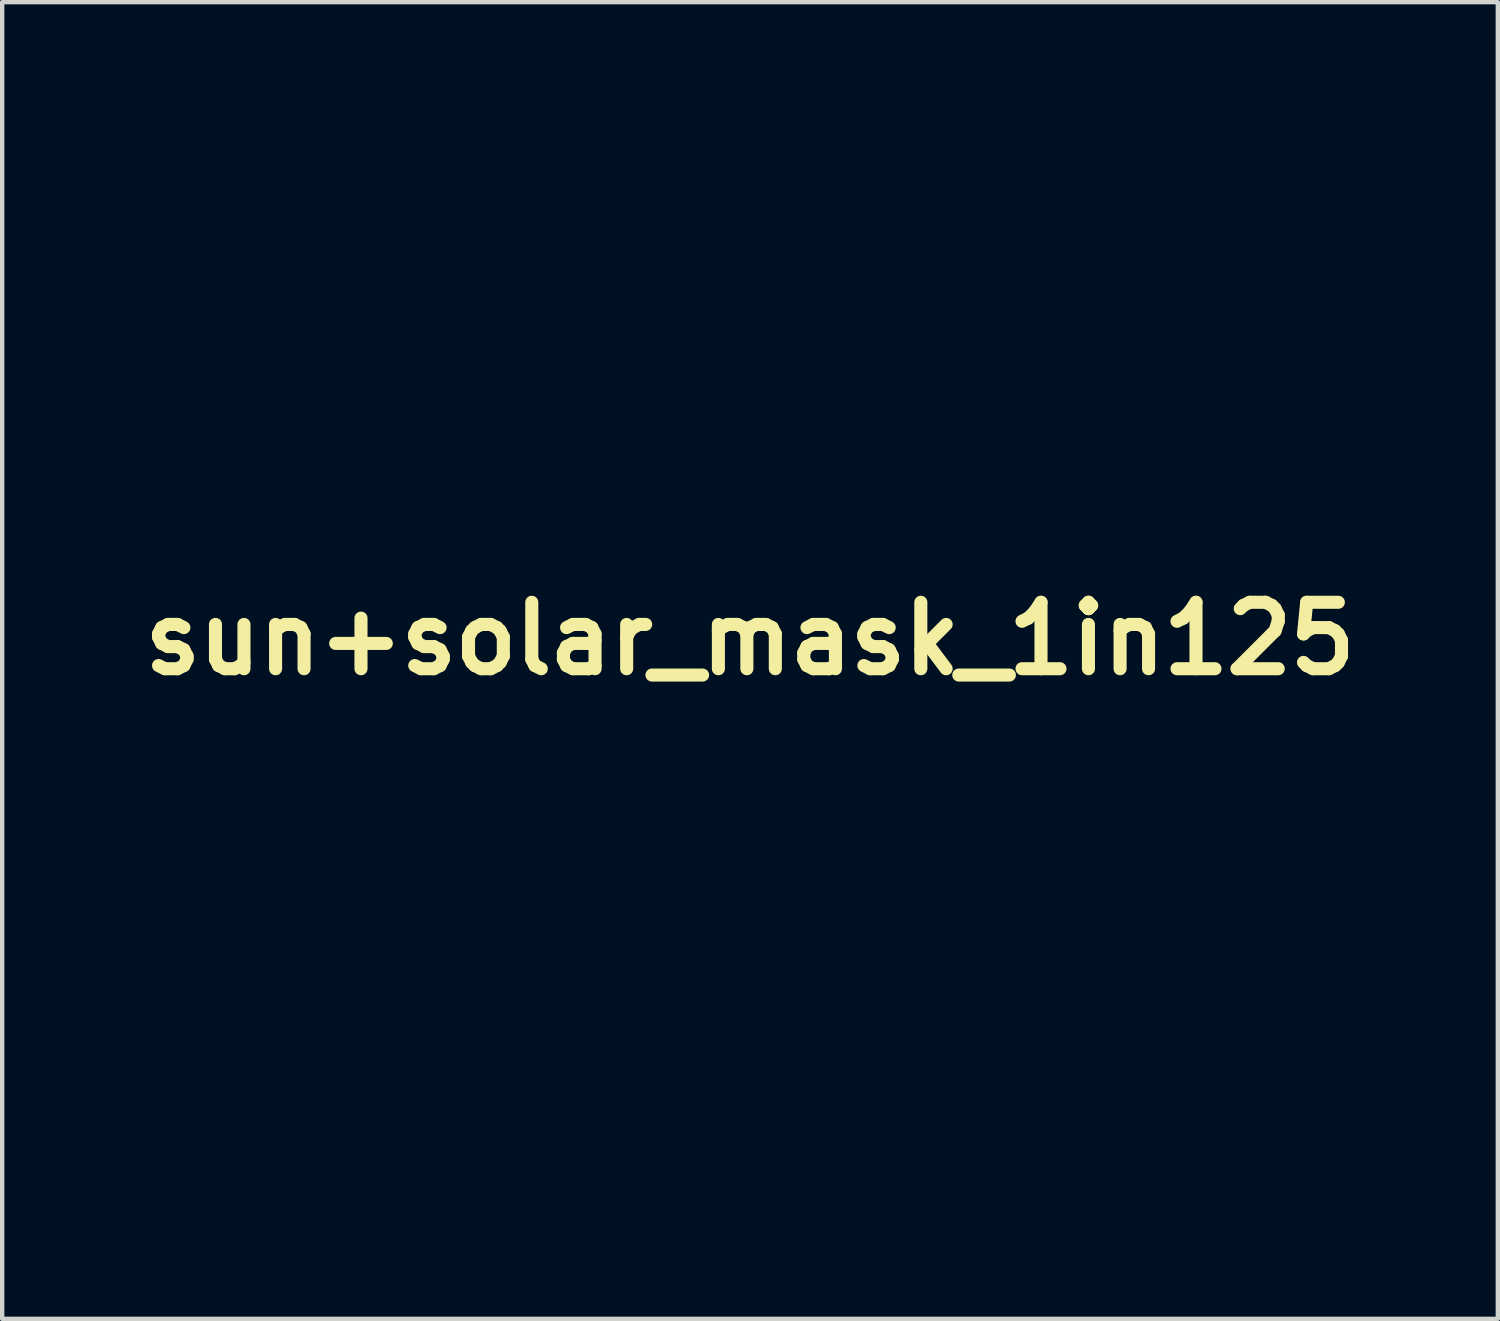
<source format=kicad_pcb>
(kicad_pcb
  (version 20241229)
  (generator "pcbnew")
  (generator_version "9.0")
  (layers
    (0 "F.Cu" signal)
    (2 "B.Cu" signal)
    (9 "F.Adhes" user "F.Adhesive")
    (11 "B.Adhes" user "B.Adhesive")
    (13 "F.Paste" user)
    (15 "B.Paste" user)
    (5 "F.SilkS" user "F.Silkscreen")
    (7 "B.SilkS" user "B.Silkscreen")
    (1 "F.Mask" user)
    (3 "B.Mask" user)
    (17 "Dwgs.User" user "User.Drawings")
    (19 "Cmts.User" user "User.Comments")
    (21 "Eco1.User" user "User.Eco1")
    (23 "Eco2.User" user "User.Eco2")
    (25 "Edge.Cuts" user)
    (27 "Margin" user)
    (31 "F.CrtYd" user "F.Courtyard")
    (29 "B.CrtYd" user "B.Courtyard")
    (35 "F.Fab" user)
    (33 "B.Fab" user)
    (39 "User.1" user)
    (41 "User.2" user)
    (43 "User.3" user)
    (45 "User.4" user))
  (footprint "sun+solar_mask_1in125"
    (layer "F.Cu")
    (at 14.159 11.604)
    (property "Reference" "sun+solar_mask_1in125" (at 0 0 0) (layer "F.SilkS") (effects (font (size 1.524 1.524) (thickness 0.3))))
    (attr board_only exclude_from_pos_files exclude_from_bom)
    (fp_poly (pts (xy 1.166 5.776) (xy 1.168 5.828) (xy 1.171 5.89) (xy 1.173 5.956) (xy 1.175 6.019) (xy 1.177 6.049) (xy 1.182 6.198) (xy -1.126 6.198) (xy -1.121 6.124) (xy -1.119 6.094) (xy -1.117 6.051) (xy -1.114 6) (xy -1.111 5.944) (xy -1.108 5.888) (xy -1.108 5.881) (xy -1.105 5.829) (xy -1.103 5.78) (xy -1.1 5.738) (xy -1.098 5.705) (xy -1.096 5.684) (xy -1.096 5.681) (xy -1.091 5.651) (xy 1.161 5.651)) (stroke (width 0) (type solid)) (fill yes) (layer "F.Mask"))
    (fp_poly (pts (xy -5.147 11.257) (xy -5.15 11.272) (xy -5.155 11.299) (xy -5.161 11.333) (xy -5.166 11.36) (xy -5.173 11.4) (xy -5.179 11.425) (xy -5.184 11.44) (xy -5.191 11.445) (xy -5.192 11.445) (xy -5.202 11.442) (xy -5.225 11.432) (xy -5.257 11.417) (xy -5.298 11.399) (xy -5.346 11.376) (xy -5.398 11.352) (xy -5.402 11.35) (xy -5.454 11.325) (xy -5.502 11.301) (xy -5.543 11.281) (xy -5.575 11.265) (xy -5.597 11.253) (xy -5.607 11.247) (xy -5.608 11.247) (xy -5.602 11.245) (xy -5.582 11.243) (xy -5.547 11.242) (xy -5.499 11.24) (xy -5.438 11.24) (xy -5.379 11.24) (xy -5.143 11.24)) (stroke (width 0) (type solid)) (fill yes) (layer "F.Mask"))
    (fp_poly (pts (xy -10.237 5.652) (xy -10.13 5.652) (xy -10.028 5.652) (xy -9.933 5.652) (xy -9.846 5.653) (xy -9.767 5.653) (xy -9.699 5.654) (xy -9.641 5.654) (xy -9.595 5.655) (xy -9.562 5.656) (xy -9.542 5.656) (xy -9.538 5.657) (xy -9.541 5.665) (xy -9.548 5.687) (xy -9.56 5.72) (xy -9.576 5.763) (xy -9.595 5.813) (xy -9.616 5.87) (xy -9.639 5.93) (xy -9.74 6.198) (xy -10.306 6.198) (xy -10.873 6.198) (xy -11 5.958) (xy -11.031 5.9) (xy -11.06 5.845) (xy -11.086 5.795) (xy -11.109 5.752) (xy -11.127 5.718) (xy -11.139 5.694) (xy -11.144 5.685) (xy -11.161 5.651) (xy -10.349 5.651)) (stroke (width 0) (type solid)) (fill yes) (layer "F.Mask"))
    (fp_poly (pts (xy -4.189 5.673) (xy -4.192 5.686) (xy -4.196 5.713) (xy -4.203 5.751) (xy -4.211 5.798) (xy -4.22 5.853) (xy -4.231 5.912) (xy -4.235 5.941) (xy -4.278 6.187) (xy -5.125 6.192) (xy -5.247 6.193) (xy -5.37 6.194) (xy -5.492 6.194) (xy -5.612 6.195) (xy -5.728 6.196) (xy -5.839 6.196) (xy -5.942 6.197) (xy -6.037 6.197) (xy -6.122 6.197) (xy -6.194 6.198) (xy -6.254 6.198) (xy -6.279 6.198) (xy -6.586 6.198) (xy -6.581 6.18) (xy -6.578 6.168) (xy -6.572 6.143) (xy -6.562 6.106) (xy -6.55 6.06) (xy -6.536 6.007) (xy -6.521 5.948) (xy -6.511 5.909) (xy -6.445 5.655) (xy -4.185 5.651)) (stroke (width 0) (type solid)) (fill yes) (layer "F.Mask"))
    (fp_poly (pts (xy -6.866 5.673) (xy -6.87 5.686) (xy -6.877 5.712) (xy -6.887 5.749) (xy -6.899 5.796) (xy -6.914 5.85) (xy -6.93 5.909) (xy -6.94 5.944) (xy -7.009 6.194) (xy -8.158 6.196) (xy -8.292 6.196) (xy -8.421 6.196) (xy -8.545 6.196) (xy -8.663 6.196) (xy -8.774 6.196) (xy -8.877 6.196) (xy -8.971 6.195) (xy -9.056 6.195) (xy -9.13 6.195) (xy -9.192 6.194) (xy -9.242 6.194) (xy -9.28 6.193) (xy -9.303 6.192) (xy -9.311 6.192) (xy -9.309 6.183) (xy -9.302 6.161) (xy -9.291 6.128) (xy -9.276 6.086) (xy -9.258 6.035) (xy -9.238 5.978) (xy -9.217 5.921) (xy -9.12 5.655) (xy -7.991 5.653) (xy -6.861 5.651)) (stroke (width 0) (type solid)) (fill yes) (layer "F.Mask"))
    (fp_poly (pts (xy 5.432 11.24) (xy 5.743 11.24) (xy 5.655 11.285) (xy 5.62 11.303) (xy 5.575 11.325) (xy 5.524 11.35) (xy 5.47 11.376) (xy 5.414 11.402) (xy 5.359 11.428) (xy 5.308 11.452) (xy 5.264 11.472) (xy 5.228 11.489) (xy 5.203 11.5) (xy 5.199 11.501) (xy 5.162 11.516) (xy 5.157 11.495) (xy 5.154 11.476) (xy 5.149 11.446) (xy 5.143 11.41) (xy 5.138 11.371) (xy 5.132 11.333) (xy 5.127 11.298) (xy 5.123 11.271) (xy 5.121 11.254) (xy 5.121 11.252) (xy 5.122 11.249) (xy 5.127 11.246) (xy 5.137 11.244) (xy 5.154 11.243) (xy 5.178 11.242) (xy 5.212 11.241) (xy 5.256 11.24) (xy 5.313 11.24) (xy 5.383 11.24)) (stroke (width 0) (type solid)) (fill yes) (layer "F.Mask"))
    (fp_poly (pts (xy -1.514 5.693) (xy -1.516 5.712) (xy -1.518 5.744) (xy -1.521 5.787) (xy -1.525 5.838) (xy -1.528 5.894) (xy -1.532 5.948) (xy -1.535 6.006) (xy -1.539 6.059) (xy -1.542 6.105) (xy -1.545 6.142) (xy -1.547 6.168) (xy -1.548 6.18) (xy -1.552 6.198) (xy -2.703 6.198) (xy -2.837 6.198) (xy -2.966 6.197) (xy -3.09 6.197) (xy -3.208 6.197) (xy -3.319 6.197) (xy -3.422 6.196) (xy -3.516 6.196) (xy -3.6 6.195) (xy -3.674 6.195) (xy -3.736 6.194) (xy -3.787 6.194) (xy -3.824 6.193) (xy -3.846 6.192) (xy -3.854 6.192) (xy -3.854 6.192) (xy -3.853 6.183) (xy -3.85 6.16) (xy -3.844 6.125) (xy -3.837 6.081) (xy -3.829 6.028) (xy -3.82 5.968) (xy -3.813 5.921) (xy -3.771 5.655) (xy -2.64 5.653) (xy -1.51 5.651)) (stroke (width 0) (type solid)) (fill yes) (layer "F.Mask"))
    (fp_poly (pts (xy -7.103 6.532) (xy -7.105 6.542) (xy -7.112 6.566) (xy -7.122 6.603) (xy -7.136 6.653) (xy -7.153 6.714) (xy -7.172 6.786) (xy -7.195 6.867) (xy -7.219 6.956) (xy -7.246 7.053) (xy -7.274 7.156) (xy -7.304 7.265) (xy -7.335 7.379) (xy -7.351 7.434) (xy -7.594 8.319) (xy -9.369 8.319) (xy -9.491 8.175) (xy -9.539 8.119) (xy -9.587 8.061) (xy -9.635 8.003) (xy -9.681 7.947) (xy -9.724 7.893) (xy -9.763 7.844) (xy -9.797 7.801) (xy -9.825 7.764) (xy -9.846 7.736) (xy -9.859 7.717) (xy -9.862 7.709) (xy -9.86 7.7) (xy -9.852 7.677) (xy -9.84 7.642) (xy -9.823 7.595) (xy -9.803 7.538) (xy -9.78 7.472) (xy -9.753 7.397) (xy -9.724 7.316) (xy -9.692 7.229) (xy -9.659 7.138) (xy -9.647 7.106) (xy -9.432 6.514) (xy -7.098 6.514)) (stroke (width 0) (type solid)) (fill yes) (layer "F.Mask"))
    (fp_poly (pts (xy 2.85 5.652) (xy 2.991 5.652) (xy 3.123 5.652) (xy 3.246 5.652) (xy 3.359 5.653) (xy 3.462 5.653) (xy 3.554 5.654) (xy 3.634 5.654) (xy 3.701 5.655) (xy 3.756 5.656) (xy 3.797 5.657) (xy 3.823 5.658) (xy 3.834 5.659) (xy 3.834 5.659) (xy 3.837 5.668) (xy 3.841 5.691) (xy 3.846 5.726) (xy 3.853 5.77) (xy 3.86 5.822) (xy 3.868 5.879) (xy 3.87 5.894) (xy 3.879 5.955) (xy 3.886 6.012) (xy 3.894 6.063) (xy 3.899 6.106) (xy 3.904 6.139) (xy 3.907 6.158) (xy 3.907 6.16) (xy 3.912 6.198) (xy 1.608 6.198) (xy 1.603 6.14) (xy 1.602 6.115) (xy 1.599 6.078) (xy 1.597 6.031) (xy 1.594 5.978) (xy 1.592 5.922) (xy 1.591 5.901) (xy 1.588 5.847) (xy 1.586 5.796) (xy 1.583 5.751) (xy 1.581 5.715) (xy 1.579 5.691) (xy 1.578 5.685) (xy 1.573 5.651) (xy 2.702 5.651)) (stroke (width 0) (type solid)) (fill yes) (layer "F.Mask"))
    (fp_poly (pts (xy 6.573 5.911) (xy 6.588 5.973) (xy 6.602 6.031) (xy 6.615 6.082) (xy 6.625 6.125) (xy 6.633 6.157) (xy 6.638 6.178) (xy 6.639 6.184) (xy 6.639 6.186) (xy 6.637 6.187) (xy 6.633 6.189) (xy 6.626 6.19) (xy 6.614 6.192) (xy 6.598 6.193) (xy 6.577 6.194) (xy 6.549 6.194) (xy 6.514 6.195) (xy 6.472 6.196) (xy 6.421 6.196) (xy 6.361 6.197) (xy 6.29 6.197) (xy 6.21 6.197) (xy 6.117 6.197) (xy 6.013 6.197) (xy 5.895 6.198) (xy 5.764 6.198) (xy 5.619 6.198) (xy 5.49 6.198) (xy 4.338 6.198) (xy 4.334 6.18) (xy 4.331 6.164) (xy 4.326 6.135) (xy 4.32 6.096) (xy 4.313 6.049) (xy 4.305 5.997) (xy 4.297 5.942) (xy 4.288 5.887) (xy 4.28 5.833) (xy 4.273 5.783) (xy 4.267 5.739) (xy 4.262 5.704) (xy 4.259 5.681) (xy 4.258 5.672) (xy 4.258 5.651) (xy 6.511 5.651)) (stroke (width 0) (type solid)) (fill yes) (layer "F.Mask"))
    (fp_poly (pts (xy 10.285 6.516) (xy 10.356 6.516) (xy 10.427 6.517) (xy 10.496 6.517) (xy 10.561 6.519) (xy 10.621 6.52) (xy 10.659 6.521) (xy 10.803 6.526) (xy 10.699 6.692) (xy 10.662 6.75) (xy 10.622 6.812) (xy 10.58 6.877) (xy 10.536 6.944) (xy 10.492 7.01) (xy 10.449 7.075) (xy 10.407 7.137) (xy 10.368 7.195) (xy 10.332 7.248) (xy 10.3 7.294) (xy 10.273 7.331) (xy 10.252 7.359) (xy 10.239 7.376) (xy 10.234 7.381) (xy 10.227 7.378) (xy 10.223 7.371) (xy 10.211 7.341) (xy 10.196 7.301) (xy 10.178 7.252) (xy 10.158 7.195) (xy 10.135 7.133) (xy 10.111 7.066) (xy 10.087 6.997) (xy 10.062 6.927) (xy 10.037 6.858) (xy 10.014 6.791) (xy 9.992 6.728) (xy 9.972 6.67) (xy 9.954 6.62) (xy 9.94 6.578) (xy 9.93 6.547) (xy 9.924 6.527) (xy 9.922 6.521) (xy 9.931 6.52) (xy 9.954 6.518) (xy 9.989 6.517) (xy 10.034 6.516) (xy 10.088 6.516) (xy 10.149 6.515) (xy 10.216 6.515)) (stroke (width 0) (type solid)) (fill yes) (layer "F.Mask"))
    (fp_poly (pts (xy -5.344 6.514) (xy -5.201 6.514) (xy -5.071 6.514) (xy -4.955 6.514) (xy -4.852 6.515) (xy -4.761 6.515) (xy -4.682 6.515) (xy -4.613 6.515) (xy -4.554 6.516) (xy -4.504 6.516) (xy -4.462 6.517) (xy -4.428 6.518) (xy -4.4 6.518) (xy -4.379 6.519) (xy -4.363 6.52) (xy -4.352 6.522) (xy -4.345 6.523) (xy -4.34 6.525) (xy -4.338 6.526) (xy -4.338 6.528) (xy -4.339 6.538) (xy -4.343 6.562) (xy -4.349 6.599) (xy -4.358 6.65) (xy -4.368 6.712) (xy -4.38 6.784) (xy -4.394 6.866) (xy -4.41 6.957) (xy -4.427 7.055) (xy -4.445 7.16) (xy -4.463 7.27) (xy -4.483 7.385) (xy -4.491 7.428) (xy -4.643 8.315) (xy -5.891 8.317) (xy -7.138 8.319) (xy -7.108 8.206) (xy -7.102 8.183) (xy -7.093 8.145) (xy -7.079 8.095) (xy -7.063 8.032) (xy -7.044 7.96) (xy -7.023 7.878) (xy -6.999 7.788) (xy -6.974 7.691) (xy -6.948 7.589) (xy -6.92 7.482) (xy -6.891 7.372) (xy -6.874 7.304) (xy -6.669 6.514) (xy -5.503 6.514)) (stroke (width 0) (type solid)) (fill yes) (layer "F.Mask"))
    (fp_poly (pts (xy 4.618 11.244) (xy 4.651 11.477) (xy 4.661 11.55) (xy 4.668 11.609) (xy 4.673 11.654) (xy 4.676 11.686) (xy 4.677 11.707) (xy 4.676 11.718) (xy 4.675 11.72) (xy 4.665 11.725) (xy 4.643 11.735) (xy 4.61 11.748) (xy 4.569 11.764) (xy 4.522 11.782) (xy 4.492 11.794) (xy 4.105 11.932) (xy 3.721 12.056) (xy 3.338 12.166) (xy 2.953 12.263) (xy 2.564 12.348) (xy 2.169 12.422) (xy 2.14 12.427) (xy 2.086 12.435) (xy 2.038 12.443) (xy 1.997 12.45) (xy 1.966 12.455) (xy 1.946 12.458) (xy 1.94 12.459) (xy 1.932 12.452) (xy 1.928 12.445) (xy 1.927 12.435) (xy 1.925 12.41) (xy 1.923 12.373) (xy 1.92 12.325) (xy 1.917 12.268) (xy 1.913 12.202) (xy 1.909 12.129) (xy 1.905 12.052) (xy 1.9 11.97) (xy 1.896 11.887) (xy 1.892 11.804) (xy 1.888 11.721) (xy 1.884 11.642) (xy 1.88 11.566) (xy 1.877 11.496) (xy 1.874 11.433) (xy 1.871 11.379) (xy 1.87 11.336) (xy 1.868 11.304) (xy 1.868 11.286) (xy 1.868 11.24)) (stroke (width 0) (type solid)) (fill yes) (layer "F.Mask"))
    (fp_poly (pts (xy 8.944 8.901) (xy 8.808 9.036) (xy 8.679 9.161) (xy 8.556 9.278) (xy 8.434 9.389) (xy 8.315 9.495) (xy 8.24 9.561) (xy 8.175 9.616) (xy 8.122 9.662) (xy 8.078 9.698) (xy 8.043 9.725) (xy 8.017 9.744) (xy 8 9.755) (xy 7.99 9.759) (xy 7.986 9.756) (xy 7.985 9.748) (xy 7.979 9.726) (xy 7.97 9.691) (xy 7.958 9.644) (xy 7.944 9.587) (xy 7.927 9.521) (xy 7.908 9.448) (xy 7.887 9.368) (xy 7.865 9.282) (xy 7.852 9.232) (xy 7.829 9.144) (xy 7.808 9.06) (xy 7.788 8.982) (xy 7.769 8.91) (xy 7.753 8.847) (xy 7.74 8.793) (xy 7.729 8.75) (xy 7.722 8.719) (xy 7.718 8.701) (xy 7.717 8.698) (xy 7.718 8.695) (xy 7.72 8.693) (xy 7.724 8.691) (xy 7.732 8.689) (xy 7.745 8.688) (xy 7.763 8.687) (xy 7.787 8.686) (xy 7.818 8.685) (xy 7.858 8.684) (xy 7.907 8.684) (xy 7.966 8.684) (xy 8.036 8.683) (xy 8.118 8.683) (xy 8.213 8.683) (xy 8.322 8.683) (xy 8.44 8.683) (xy 9.162 8.683)) (stroke (width 0) (type solid)) (fill yes) (layer "F.Mask"))
    (fp_poly (pts (xy 1.195 6.552) (xy 1.195 6.566) (xy 1.196 6.594) (xy 1.198 6.636) (xy 1.199 6.69) (xy 1.202 6.754) (xy 1.204 6.827) (xy 1.207 6.909) (xy 1.21 6.996) (xy 1.213 7.09) (xy 1.217 7.187) (xy 1.22 7.286) (xy 1.224 7.387) (xy 1.228 7.489) (xy 1.231 7.588) (xy 1.235 7.685) (xy 1.238 7.778) (xy 1.241 7.866) (xy 1.244 7.948) (xy 1.247 8.021) (xy 1.25 8.085) (xy 1.252 8.139) (xy 1.254 8.18) (xy 1.255 8.209) (xy 1.255 8.214) (xy 1.26 8.319) (xy -1.235 8.319) (xy -1.235 8.297) (xy -1.234 8.285) (xy -1.233 8.259) (xy -1.231 8.219) (xy -1.229 8.167) (xy -1.226 8.105) (xy -1.222 8.033) (xy -1.218 7.953) (xy -1.213 7.866) (xy -1.208 7.773) (xy -1.203 7.676) (xy -1.198 7.576) (xy -1.193 7.474) (xy -1.187 7.372) (xy -1.182 7.271) (xy -1.176 7.171) (xy -1.171 7.075) (xy -1.166 6.984) (xy -1.162 6.898) (xy -1.157 6.819) (xy -1.154 6.749) (xy -1.15 6.689) (xy -1.147 6.64) (xy -1.145 6.602) (xy -1.144 6.579) (xy -1.143 6.572) (xy -1.138 6.514) (xy 1.195 6.514)) (stroke (width 0) (type solid)) (fill yes) (layer "F.Mask"))
    (fp_poly (pts (xy -1.57 6.54) (xy -1.571 6.551) (xy -1.573 6.577) (xy -1.576 6.617) (xy -1.58 6.669) (xy -1.585 6.733) (xy -1.59 6.807) (xy -1.596 6.891) (xy -1.602 6.983) (xy -1.609 7.082) (xy -1.616 7.188) (xy -1.623 7.298) (xy -1.63 7.409) (xy -1.638 7.523) (xy -1.645 7.634) (xy -1.652 7.74) (xy -1.659 7.839) (xy -1.665 7.932) (xy -1.671 8.016) (xy -1.676 8.091) (xy -1.681 8.155) (xy -1.684 8.207) (xy -1.687 8.248) (xy -1.689 8.274) (xy -1.69 8.285) (xy -1.695 8.319) (xy -4.188 8.319) (xy -4.184 8.297) (xy -4.182 8.284) (xy -4.177 8.257) (xy -4.171 8.217) (xy -4.163 8.166) (xy -4.153 8.103) (xy -4.142 8.032) (xy -4.129 7.953) (xy -4.116 7.866) (xy -4.101 7.774) (xy -4.086 7.678) (xy -4.071 7.579) (xy -4.055 7.477) (xy -4.039 7.375) (xy -4.023 7.273) (xy -4.008 7.173) (xy -3.993 7.076) (xy -3.979 6.983) (xy -3.965 6.895) (xy -3.953 6.814) (xy -3.941 6.741) (xy -3.932 6.676) (xy -3.923 6.622) (xy -3.917 6.579) (xy -3.913 6.549) (xy -3.91 6.533) (xy -3.91 6.531) (xy -3.91 6.514) (xy -1.565 6.514)) (stroke (width 0) (type solid)) (fill yes) (layer "F.Mask"))
    (fp_poly (pts (xy -10.183 6.514) (xy -10.107 6.514) (xy -10.044 6.515) (xy -9.994 6.515) (xy -9.954 6.516) (xy -9.923 6.517) (xy -9.901 6.518) (xy -9.886 6.519) (xy -9.877 6.521) (xy -9.872 6.524) (xy -9.87 6.526) (xy -9.87 6.527) (xy -9.873 6.538) (xy -9.881 6.562) (xy -9.893 6.596) (xy -9.909 6.64) (xy -9.928 6.692) (xy -9.95 6.75) (xy -9.973 6.811) (xy -9.998 6.876) (xy -10.023 6.941) (xy -10.048 7.006) (xy -10.072 7.068) (xy -10.095 7.127) (xy -10.116 7.179) (xy -10.134 7.224) (xy -10.148 7.259) (xy -10.159 7.284) (xy -10.165 7.297) (xy -10.166 7.298) (xy -10.173 7.292) (xy -10.187 7.273) (xy -10.207 7.245) (xy -10.234 7.208) (xy -10.264 7.164) (xy -10.299 7.114) (xy -10.331 7.066) (xy -10.384 6.988) (xy -10.435 6.911) (xy -10.483 6.838) (xy -10.527 6.77) (xy -10.567 6.708) (xy -10.602 6.652) (xy -10.631 6.605) (xy -10.654 6.566) (xy -10.669 6.538) (xy -10.677 6.522) (xy -10.678 6.519) (xy -10.67 6.518) (xy -10.648 6.517) (xy -10.613 6.516) (xy -10.567 6.516) (xy -10.511 6.515) (xy -10.446 6.515) (xy -10.375 6.514) (xy -10.298 6.514) (xy -10.274 6.514)) (stroke (width 0) (type solid)) (fill yes) (layer "F.Mask"))
    (fp_poly (pts (xy -7.698 8.701) (xy -7.702 8.711) (xy -7.708 8.736) (xy -7.719 8.773) (xy -7.732 8.821) (xy -7.748 8.879) (xy -7.767 8.946) (xy -7.787 9.02) (xy -7.809 9.099) (xy -7.832 9.183) (xy -7.836 9.197) (xy -7.859 9.281) (xy -7.882 9.36) (xy -7.902 9.434) (xy -7.921 9.5) (xy -7.938 9.558) (xy -7.952 9.606) (xy -7.963 9.642) (xy -7.971 9.667) (xy -7.975 9.677) (xy -7.975 9.677) (xy -7.983 9.673) (xy -8.001 9.66) (xy -8.027 9.639) (xy -8.059 9.612) (xy -8.095 9.581) (xy -8.105 9.572) (xy -8.176 9.51) (xy -8.24 9.453) (xy -8.299 9.4) (xy -8.356 9.348) (xy -8.412 9.296) (xy -8.469 9.242) (xy -8.53 9.184) (xy -8.597 9.119) (xy -8.67 9.047) (xy -8.738 8.98) (xy -8.794 8.925) (xy -8.847 8.873) (xy -8.895 8.826) (xy -8.937 8.784) (xy -8.973 8.748) (xy -9.001 8.72) (xy -9.02 8.7) (xy -9.029 8.69) (xy -9.03 8.69) (xy -9.023 8.689) (xy -9.001 8.688) (xy -8.965 8.687) (xy -8.917 8.686) (xy -8.858 8.685) (xy -8.789 8.685) (xy -8.71 8.684) (xy -8.624 8.684) (xy -8.532 8.683) (xy -8.433 8.683) (xy -8.363 8.683) (xy -7.693 8.683)) (stroke (width 0) (type solid)) (fill yes) (layer "F.Mask"))
    (fp_poly (pts (xy 10.553 5.652) (xy 10.663 5.652) (xy 10.766 5.652) (xy 10.863 5.652) (xy 10.953 5.653) (xy 11.034 5.653) (xy 11.105 5.654) (xy 11.165 5.654) (xy 11.214 5.655) (xy 11.25 5.655) (xy 11.272 5.656) (xy 11.279 5.657) (xy 11.276 5.665) (xy 11.266 5.686) (xy 11.25 5.717) (xy 11.23 5.756) (xy 11.206 5.802) (xy 11.18 5.851) (xy 11.153 5.904) (xy 11.125 5.957) (xy 11.097 6.009) (xy 11.071 6.057) (xy 11.063 6.071) (xy 10.996 6.194) (xy 10.397 6.196) (xy 9.799 6.198) (xy 9.79 6.176) (xy 9.786 6.163) (xy 9.776 6.138) (xy 9.763 6.101) (xy 9.746 6.056) (xy 9.727 6.003) (xy 9.707 5.946) (xy 9.695 5.915) (xy 9.674 5.857) (xy 9.655 5.802) (xy 9.637 5.755) (xy 9.623 5.715) (xy 9.612 5.685) (xy 9.606 5.668) (xy 9.604 5.664) (xy 9.605 5.662) (xy 9.608 5.66) (xy 9.614 5.659) (xy 9.626 5.657) (xy 9.642 5.656) (xy 9.665 5.655) (xy 9.695 5.654) (xy 9.733 5.654) (xy 9.78 5.653) (xy 9.837 5.652) (xy 9.904 5.652) (xy 9.982 5.652) (xy 10.073 5.652) (xy 10.177 5.652) (xy 10.295 5.651) (xy 10.428 5.651) (xy 10.439 5.651)) (stroke (width 0) (type solid)) (fill yes) (layer "F.Mask"))
    (fp_poly (pts (xy 7.556 5.653) (xy 7.674 5.653) (xy 7.806 5.653) (xy 7.952 5.653) (xy 8.055 5.653) (xy 9.186 5.655) (xy 9.278 5.921) (xy 9.3 5.982) (xy 9.319 6.039) (xy 9.337 6.089) (xy 9.351 6.132) (xy 9.362 6.164) (xy 9.369 6.184) (xy 9.371 6.192) (xy 9.364 6.192) (xy 9.341 6.193) (xy 9.304 6.194) (xy 9.254 6.194) (xy 9.192 6.195) (xy 9.118 6.195) (xy 9.034 6.196) (xy 8.94 6.196) (xy 8.837 6.197) (xy 8.727 6.197) (xy 8.609 6.197) (xy 8.485 6.197) (xy 8.356 6.198) (xy 8.222 6.198) (xy 7.07 6.198) (xy 7.061 6.172) (xy 7.057 6.158) (xy 7.05 6.131) (xy 7.04 6.092) (xy 7.028 6.045) (xy 7.013 5.991) (xy 6.998 5.933) (xy 6.993 5.913) (xy 6.978 5.854) (xy 6.964 5.799) (xy 6.952 5.752) (xy 6.941 5.712) (xy 6.934 5.684) (xy 6.93 5.668) (xy 6.929 5.665) (xy 6.929 5.663) (xy 6.931 5.662) (xy 6.935 5.66) (xy 6.942 5.659) (xy 6.953 5.658) (xy 6.969 5.656) (xy 6.991 5.656) (xy 7.019 5.655) (xy 7.053 5.654) (xy 7.096 5.654) (xy 7.147 5.653) (xy 7.207 5.653) (xy 7.277 5.653) (xy 7.359 5.653) (xy 7.451 5.653)) (stroke (width 0) (type solid)) (fill yes) (layer "F.Mask"))
    (fp_poly (pts (xy 2.924 6.514) (xy 3.054 6.514) (xy 3.179 6.514) (xy 3.298 6.515) (xy 3.41 6.515) (xy 3.514 6.515) (xy 3.609 6.515) (xy 3.695 6.515) (xy 3.77 6.516) (xy 3.834 6.516) (xy 3.885 6.516) (xy 3.923 6.517) (xy 3.948 6.517) (xy 3.958 6.518) (xy 3.958 6.518) (xy 3.959 6.526) (xy 3.962 6.55) (xy 3.967 6.586) (xy 3.973 6.635) (xy 3.982 6.694) (xy 3.991 6.763) (xy 4.002 6.841) (xy 4.014 6.925) (xy 4.026 7.016) (xy 4.04 7.111) (xy 4.053 7.21) (xy 4.068 7.312) (xy 4.082 7.414) (xy 4.096 7.517) (xy 4.11 7.618) (xy 4.124 7.717) (xy 4.138 7.812) (xy 4.15 7.902) (xy 4.162 7.986) (xy 4.173 8.062) (xy 4.183 8.131) (xy 4.191 8.189) (xy 4.198 8.237) (xy 4.203 8.272) (xy 4.206 8.294) (xy 4.207 8.301) (xy 4.211 8.319) (xy 1.718 8.319) (xy 1.714 8.293) (xy 1.713 8.282) (xy 1.711 8.256) (xy 1.709 8.216) (xy 1.706 8.164) (xy 1.702 8.1) (xy 1.698 8.026) (xy 1.694 7.943) (xy 1.689 7.852) (xy 1.684 7.753) (xy 1.679 7.649) (xy 1.674 7.54) (xy 1.67 7.468) (xy 1.664 7.355) (xy 1.659 7.245) (xy 1.654 7.14) (xy 1.649 7.04) (xy 1.644 6.948) (xy 1.64 6.863) (xy 1.636 6.787) (xy 1.633 6.722) (xy 1.63 6.668) (xy 1.628 6.627) (xy 1.626 6.6) (xy 1.625 6.591) (xy 1.62 6.514) (xy 2.789 6.514)) (stroke (width 0) (type solid)) (fill yes) (layer "F.Mask"))
    (fp_poly (pts (xy 7.765 6.515) (xy 7.881 6.516) (xy 8.01 6.516) (xy 8.154 6.516) (xy 8.313 6.516) (xy 8.321 6.516) (xy 9.486 6.518) (xy 9.706 7.151) (xy 9.739 7.248) (xy 9.771 7.339) (xy 9.8 7.426) (xy 9.828 7.506) (xy 9.852 7.579) (xy 9.874 7.643) (xy 9.892 7.697) (xy 9.906 7.74) (xy 9.916 7.772) (xy 9.921 7.79) (xy 9.922 7.794) (xy 9.916 7.804) (xy 9.901 7.824) (xy 9.878 7.853) (xy 9.85 7.889) (xy 9.817 7.93) (xy 9.781 7.975) (xy 9.743 8.021) (xy 9.704 8.068) (xy 9.667 8.113) (xy 9.632 8.155) (xy 9.601 8.192) (xy 9.58 8.216) (xy 9.494 8.315) (xy 7.615 8.319) (xy 7.607 8.289) (xy 7.604 8.278) (xy 7.598 8.252) (xy 7.588 8.213) (xy 7.574 8.161) (xy 7.558 8.099) (xy 7.539 8.026) (xy 7.518 7.944) (xy 7.495 7.853) (xy 7.47 7.756) (xy 7.443 7.652) (xy 7.415 7.543) (xy 7.385 7.43) (xy 7.378 7.399) (xy 7.348 7.286) (xy 7.32 7.176) (xy 7.293 7.072) (xy 7.268 6.974) (xy 7.245 6.883) (xy 7.224 6.8) (xy 7.205 6.726) (xy 7.189 6.662) (xy 7.175 6.609) (xy 7.165 6.569) (xy 7.159 6.541) (xy 7.156 6.528) (xy 7.155 6.527) (xy 7.156 6.525) (xy 7.16 6.524) (xy 7.166 6.522) (xy 7.177 6.521) (xy 7.192 6.52) (xy 7.213 6.519) (xy 7.24 6.518) (xy 7.274 6.517) (xy 7.315 6.517) (xy 7.365 6.516) (xy 7.424 6.516) (xy 7.492 6.516) (xy 7.572 6.516) (xy 7.663 6.515)) (stroke (width 0) (type solid)) (fill yes) (layer "F.Mask"))
    (fp_poly (pts (xy 1.274 8.736) (xy 1.275 8.751) (xy 1.275 8.78) (xy 1.277 8.824) (xy 1.279 8.879) (xy 1.281 8.947) (xy 1.283 9.026) (xy 1.286 9.114) (xy 1.29 9.211) (xy 1.293 9.315) (xy 1.297 9.427) (xy 1.301 9.544) (xy 1.306 9.665) (xy 1.31 9.783) (xy 1.314 9.907) (xy 1.319 10.027) (xy 1.323 10.142) (xy 1.327 10.251) (xy 1.33 10.352) (xy 1.334 10.445) (xy 1.337 10.529) (xy 1.339 10.604) (xy 1.341 10.667) (xy 1.343 10.718) (xy 1.345 10.756) (xy 1.345 10.781) (xy 1.346 10.79) (xy 1.345 10.792) (xy 1.343 10.794) (xy 1.339 10.795) (xy 1.332 10.796) (xy 1.321 10.798) (xy 1.307 10.799) (xy 1.287 10.8) (xy 1.262 10.8) (xy 1.23 10.801) (xy 1.191 10.802) (xy 1.145 10.802) (xy 1.09 10.803) (xy 1.026 10.803) (xy 0.952 10.804) (xy 0.868 10.804) (xy 0.772 10.804) (xy 0.665 10.804) (xy 0.545 10.804) (xy 0.412 10.804) (xy 0.264 10.804) (xy 0.102 10.804) (xy -0.013 10.804) (xy -1.371 10.804) (xy -1.366 10.755) (xy -1.365 10.741) (xy -1.363 10.713) (xy -1.361 10.672) (xy -1.358 10.618) (xy -1.354 10.553) (xy -1.35 10.479) (xy -1.346 10.395) (xy -1.341 10.304) (xy -1.336 10.207) (xy -1.33 10.104) (xy -1.324 9.998) (xy -1.319 9.889) (xy -1.313 9.778) (xy -1.307 9.666) (xy -1.301 9.555) (xy -1.295 9.447) (xy -1.29 9.341) (xy -1.285 9.239) (xy -1.28 9.143) (xy -1.275 9.053) (xy -1.271 8.972) (xy -1.267 8.899) (xy -1.264 8.836) (xy -1.262 8.785) (xy -1.26 8.746) (xy -1.259 8.72) (xy -1.259 8.71) (xy -1.259 8.683) (xy 1.274 8.683)) (stroke (width 0) (type solid)) (fill yes) (layer "F.Mask"))
    (fp_poly (pts (xy 4.262 8.701) (xy 4.263 8.711) (xy 4.267 8.735) (xy 4.273 8.774) (xy 4.28 8.825) (xy 4.289 8.888) (xy 4.299 8.963) (xy 4.311 9.047) (xy 4.324 9.14) (xy 4.338 9.242) (xy 4.353 9.351) (xy 4.369 9.466) (xy 4.386 9.586) (xy 4.404 9.711) (xy 4.409 9.748) (xy 4.426 9.874) (xy 4.443 9.995) (xy 4.459 10.112) (xy 4.475 10.222) (xy 4.489 10.326) (xy 4.502 10.421) (xy 4.514 10.508) (xy 4.525 10.585) (xy 4.535 10.651) (xy 4.542 10.705) (xy 4.548 10.747) (xy 4.552 10.775) (xy 4.554 10.789) (xy 4.555 10.79) (xy 4.554 10.792) (xy 4.553 10.794) (xy 4.548 10.795) (xy 4.541 10.797) (xy 4.531 10.798) (xy 4.515 10.799) (xy 4.495 10.8) (xy 4.469 10.801) (xy 4.436 10.801) (xy 4.397 10.802) (xy 4.349 10.802) (xy 4.293 10.803) (xy 4.228 10.803) (xy 4.152 10.804) (xy 4.066 10.804) (xy 3.969 10.804) (xy 3.86 10.804) (xy 3.738 10.804) (xy 3.602 10.804) (xy 3.453 10.804) (xy 3.288 10.804) (xy 3.202 10.804) (xy 1.846 10.804) (xy 1.841 10.767) (xy 1.84 10.754) (xy 1.838 10.727) (xy 1.836 10.685) (xy 1.833 10.631) (xy 1.829 10.566) (xy 1.825 10.489) (xy 1.821 10.403) (xy 1.816 10.308) (xy 1.81 10.206) (xy 1.805 10.097) (xy 1.799 9.982) (xy 1.793 9.863) (xy 1.789 9.779) (xy 1.783 9.656) (xy 1.777 9.537) (xy 1.771 9.422) (xy 1.765 9.313) (xy 1.76 9.21) (xy 1.755 9.115) (xy 1.751 9.029) (xy 1.747 8.952) (xy 1.744 8.886) (xy 1.741 8.833) (xy 1.739 8.792) (xy 1.737 8.765) (xy 1.736 8.756) (xy 1.731 8.683) (xy 4.258 8.683)) (stroke (width 0) (type solid)) (fill yes) (layer "F.Mask"))
    (fp_poly (pts (xy -1.895 11.297) (xy -1.896 11.312) (xy -1.898 11.341) (xy -1.901 11.383) (xy -1.905 11.434) (xy -1.909 11.495) (xy -1.914 11.563) (xy -1.919 11.637) (xy -1.924 11.716) (xy -1.929 11.797) (xy -1.935 11.879) (xy -1.94 11.961) (xy -1.946 12.042) (xy -1.951 12.118) (xy -1.956 12.19) (xy -1.96 12.255) (xy -1.964 12.312) (xy -1.967 12.359) (xy -1.969 12.395) (xy -1.97 12.419) (xy -1.971 12.427) (xy -1.972 12.43) (xy -1.975 12.432) (xy -1.983 12.433) (xy -1.997 12.432) (xy -2.018 12.429) (xy -2.047 12.424) (xy -2.086 12.417) (xy -2.137 12.408) (xy -2.2 12.395) (xy -2.264 12.383) (xy -2.476 12.34) (xy -2.675 12.298) (xy -2.865 12.255) (xy -3.047 12.21) (xy -3.226 12.163) (xy -3.404 12.114) (xy -3.583 12.06) (xy -3.768 12.003) (xy -3.851 11.976) (xy -3.911 11.956) (xy -3.978 11.933) (xy -4.049 11.908) (xy -4.123 11.882) (xy -4.199 11.855) (xy -4.275 11.827) (xy -4.35 11.8) (xy -4.421 11.773) (xy -4.488 11.748) (xy -4.549 11.725) (xy -4.602 11.704) (xy -4.645 11.687) (xy -4.678 11.673) (xy -4.698 11.663) (xy -4.704 11.66) (xy -4.704 11.651) (xy -4.702 11.628) (xy -4.698 11.594) (xy -4.693 11.551) (xy -4.685 11.501) (xy -4.678 11.455) (xy -4.669 11.4) (xy -4.662 11.351) (xy -4.655 11.309) (xy -4.65 11.276) (xy -4.647 11.255) (xy -4.646 11.248) (xy -4.638 11.246) (xy -4.615 11.245) (xy -4.575 11.244) (xy -4.52 11.244) (xy -4.449 11.243) (xy -4.362 11.242) (xy -4.26 11.241) (xy -4.142 11.241) (xy -4.008 11.24) (xy -3.859 11.24) (xy -3.694 11.24) (xy -3.513 11.24) (xy -3.317 11.24) (xy -3.268 11.24) (xy -1.89 11.24)) (stroke (width 0) (type solid)) (fill yes) (layer "F.Mask"))
    (fp_poly (pts (xy 6.727 6.544) (xy 6.732 6.561) (xy 6.739 6.591) (xy 6.75 6.633) (xy 6.763 6.687) (xy 6.778 6.751) (xy 6.796 6.823) (xy 6.816 6.903) (xy 6.837 6.99) (xy 6.859 7.082) (xy 6.882 7.178) (xy 6.906 7.277) (xy 6.931 7.377) (xy 6.955 7.479) (xy 6.98 7.579) (xy 7.004 7.678) (xy 7.027 7.774) (xy 7.049 7.865) (xy 7.07 7.952) (xy 7.089 8.031) (xy 7.106 8.104) (xy 7.122 8.167) (xy 7.134 8.22) (xy 7.144 8.262) (xy 7.151 8.291) (xy 7.155 8.307) (xy 7.155 8.31) (xy 7.151 8.311) (xy 7.139 8.312) (xy 7.118 8.313) (xy 7.087 8.314) (xy 7.047 8.315) (xy 6.996 8.316) (xy 6.934 8.317) (xy 6.861 8.317) (xy 6.776 8.318) (xy 6.678 8.318) (xy 6.567 8.318) (xy 6.443 8.319) (xy 6.305 8.319) (xy 6.152 8.319) (xy 5.984 8.319) (xy 5.909 8.319) (xy 5.739 8.319) (xy 5.584 8.319) (xy 5.443 8.319) (xy 5.317 8.319) (xy 5.204 8.318) (xy 5.103 8.318) (xy 5.015 8.318) (xy 4.938 8.317) (xy 4.872 8.317) (xy 4.817 8.316) (xy 4.771 8.315) (xy 4.734 8.314) (xy 4.705 8.313) (xy 4.684 8.312) (xy 4.671 8.311) (xy 4.664 8.31) (xy 4.662 8.309) (xy 4.661 8.3) (xy 4.657 8.277) (xy 4.652 8.24) (xy 4.645 8.191) (xy 4.636 8.132) (xy 4.625 8.063) (xy 4.613 7.985) (xy 4.6 7.901) (xy 4.586 7.81) (xy 4.572 7.715) (xy 4.556 7.616) (xy 4.541 7.515) (xy 4.525 7.413) (xy 4.509 7.311) (xy 4.494 7.21) (xy 4.479 7.112) (xy 4.464 7.018) (xy 4.45 6.928) (xy 4.437 6.845) (xy 4.425 6.769) (xy 4.415 6.701) (xy 4.406 6.644) (xy 4.398 6.597) (xy 4.393 6.563) (xy 4.389 6.542) (xy 4.388 6.536) (xy 4.384 6.514) (xy 6.719 6.514)) (stroke (width 0) (type solid)) (fill yes) (layer "F.Mask"))
    (fp_poly (pts (xy -6.272 8.683) (xy -6.151 8.683) (xy -6.029 8.683) (xy -5.907 8.683) (xy -5.785 8.683) (xy -5.665 8.684) (xy -5.547 8.684) (xy -5.433 8.684) (xy -5.324 8.684) (xy -5.22 8.685) (xy -5.123 8.685) (xy -5.033 8.686) (xy -4.953 8.686) (xy -4.882 8.686) (xy -4.822 8.687) (xy -4.773 8.687) (xy -4.738 8.688) (xy -4.716 8.688) (xy -4.709 8.689) (xy -4.711 8.697) (xy -4.714 8.72) (xy -4.72 8.757) (xy -4.729 8.807) (xy -4.739 8.869) (xy -4.752 8.942) (xy -4.766 9.025) (xy -4.781 9.117) (xy -4.798 9.217) (xy -4.817 9.326) (xy -4.836 9.44) (xy -4.857 9.56) (xy -4.878 9.685) (xy -4.889 9.75) (xy -5.07 10.804) (xy -5.739 10.804) (xy -6.407 10.804) (xy -6.574 10.699) (xy -6.67 10.637) (xy -6.771 10.572) (xy -6.874 10.504) (xy -6.975 10.436) (xy -7.07 10.371) (xy -7.158 10.311) (xy -7.203 10.279) (xy -7.241 10.251) (xy -7.285 10.22) (xy -7.331 10.186) (xy -7.379 10.151) (xy -7.425 10.117) (xy -7.468 10.085) (xy -7.505 10.056) (xy -7.536 10.033) (xy -7.557 10.016) (xy -7.565 10.009) (xy -7.566 10.005) (xy -7.566 9.995) (xy -7.563 9.978) (xy -7.559 9.955) (xy -7.552 9.923) (xy -7.542 9.882) (xy -7.53 9.831) (xy -7.514 9.77) (xy -7.496 9.697) (xy -7.474 9.611) (xy -7.449 9.513) (xy -7.419 9.4) (xy -7.405 9.344) (xy -7.379 9.246) (xy -7.355 9.151) (xy -7.332 9.062) (xy -7.31 8.98) (xy -7.291 8.906) (xy -7.274 8.841) (xy -7.26 8.785) (xy -7.249 8.741) (xy -7.24 8.709) (xy -7.236 8.69) (xy -7.235 8.686) (xy -7.227 8.685) (xy -7.204 8.685) (xy -7.168 8.684) (xy -7.119 8.684) (xy -7.058 8.684) (xy -6.986 8.683) (xy -6.905 8.683) (xy -6.815 8.683) (xy -6.718 8.683) (xy -6.614 8.683) (xy -6.504 8.683) (xy -6.389 8.683)) (stroke (width 0) (type solid)) (fill yes) (layer "F.Mask"))
    (fp_poly (pts (xy -1.721 8.74) (xy -1.722 8.755) (xy -1.724 8.784) (xy -1.727 8.826) (xy -1.731 8.88) (xy -1.736 8.944) (xy -1.741 9.019) (xy -1.746 9.102) (xy -1.752 9.192) (xy -1.759 9.289) (xy -1.766 9.391) (xy -1.773 9.496) (xy -1.781 9.605) (xy -1.788 9.715) (xy -1.795 9.826) (xy -1.803 9.936) (xy -1.81 10.044) (xy -1.817 10.15) (xy -1.824 10.251) (xy -1.831 10.347) (xy -1.837 10.437) (xy -1.842 10.52) (xy -1.847 10.593) (xy -1.851 10.657) (xy -1.855 10.71) (xy -1.857 10.751) (xy -1.859 10.779) (xy -1.86 10.792) (xy -1.86 10.793) (xy -1.862 10.795) (xy -1.868 10.796) (xy -1.879 10.797) (xy -1.896 10.798) (xy -1.918 10.799) (xy -1.948 10.8) (xy -1.985 10.801) (xy -2.03 10.802) (xy -2.083 10.802) (xy -2.147 10.803) (xy -2.22 10.803) (xy -2.304 10.803) (xy -2.4 10.804) (xy -2.507 10.804) (xy -2.627 10.804) (xy -2.761 10.804) (xy -2.908 10.804) (xy -3.07 10.804) (xy -3.218 10.804) (xy -3.363 10.804) (xy -3.504 10.804) (xy -3.64 10.804) (xy -3.77 10.804) (xy -3.893 10.804) (xy -4.008 10.804) (xy -4.116 10.804) (xy -4.214 10.803) (xy -4.302 10.803) (xy -4.379 10.803) (xy -4.444 10.802) (xy -4.498 10.802) (xy -4.538 10.802) (xy -4.564 10.802) (xy -4.575 10.801) (xy -4.575 10.801) (xy -4.574 10.793) (xy -4.57 10.77) (xy -4.565 10.733) (xy -4.557 10.685) (xy -4.548 10.625) (xy -4.537 10.555) (xy -4.525 10.476) (xy -4.511 10.389) (xy -4.497 10.295) (xy -4.481 10.196) (xy -4.465 10.092) (xy -4.448 9.985) (xy -4.431 9.875) (xy -4.414 9.764) (xy -4.396 9.653) (xy -4.379 9.543) (xy -4.362 9.435) (xy -4.346 9.33) (xy -4.33 9.229) (xy -4.315 9.134) (xy -4.301 9.046) (xy -4.288 8.965) (xy -4.277 8.893) (xy -4.267 8.83) (xy -4.259 8.779) (xy -4.253 8.739) (xy -4.248 8.713) (xy -4.246 8.701) (xy -4.246 8.701) (xy -4.242 8.683) (xy -1.716 8.683)) (stroke (width 0) (type solid)) (fill yes) (layer "F.Mask"))
    (fp_poly (pts (xy 6.128 8.683) (xy 6.264 8.683) (xy 6.394 8.683) (xy 6.519 8.683) (xy 6.636 8.684) (xy 6.746 8.684) (xy 6.847 8.684) (xy 6.939 8.684) (xy 7.021 8.685) (xy 7.092 8.685) (xy 7.15 8.685) (xy 7.196 8.686) (xy 7.229 8.686) (xy 7.247 8.687) (xy 7.25 8.687) (xy 7.252 8.695) (xy 7.258 8.717) (xy 7.266 8.753) (xy 7.278 8.801) (xy 7.292 8.859) (xy 7.309 8.928) (xy 7.327 9.005) (xy 7.348 9.091) (xy 7.37 9.183) (xy 7.394 9.28) (xy 7.419 9.382) (xy 7.421 9.389) (xy 7.446 9.491) (xy 7.469 9.588) (xy 7.492 9.681) (xy 7.512 9.766) (xy 7.531 9.844) (xy 7.548 9.913) (xy 7.562 9.972) (xy 7.573 10.02) (xy 7.582 10.056) (xy 7.587 10.079) (xy 7.589 10.088) (xy 7.589 10.088) (xy 7.414 10.215) (xy 7.249 10.332) (xy 7.091 10.441) (xy 6.939 10.544) (xy 6.79 10.64) (xy 6.702 10.696) (xy 6.529 10.804) (xy 5.052 10.804) (xy 5.047 10.78) (xy 5.045 10.768) (xy 5.041 10.742) (xy 5.034 10.702) (xy 5.026 10.65) (xy 5.016 10.587) (xy 5.005 10.515) (xy 4.992 10.434) (xy 4.979 10.345) (xy 4.964 10.25) (xy 4.948 10.149) (xy 4.932 10.044) (xy 4.915 9.936) (xy 4.898 9.826) (xy 4.881 9.715) (xy 4.864 9.605) (xy 4.847 9.495) (xy 4.831 9.389) (xy 4.815 9.285) (xy 4.8 9.187) (xy 4.786 9.094) (xy 4.773 9.008) (xy 4.761 8.931) (xy 4.75 8.862) (xy 4.741 8.804) (xy 4.734 8.757) (xy 4.729 8.722) (xy 4.726 8.702) (xy 4.725 8.696) (xy 4.726 8.694) (xy 4.73 8.693) (xy 4.736 8.691) (xy 4.746 8.69) (xy 4.761 8.689) (xy 4.781 8.688) (xy 4.807 8.687) (xy 4.84 8.686) (xy 4.879 8.686) (xy 4.927 8.685) (xy 4.984 8.685) (xy 5.051 8.684) (xy 5.127 8.684) (xy 5.215 8.684) (xy 5.314 8.683) (xy 5.425 8.683) (xy 5.55 8.683) (xy 5.688 8.683) (xy 5.841 8.683) (xy 5.988 8.683)) (stroke (width 0) (type solid)) (fill yes) (layer "F.Mask"))
    (fp_poly (pts (xy -3.169 -11.113) (xy -3.157 -11.093) (xy -3.138 -11.061) (xy -3.112 -11.018) (xy -3.081 -10.966) (xy -3.044 -10.904) (xy -3.003 -10.833) (xy -2.957 -10.756) (xy -2.908 -10.672) (xy -2.855 -10.583) (xy -2.8 -10.488) (xy -2.755 -10.411) (xy -2.64 -10.213) (xy -2.53 -10.024) (xy -2.425 -9.844) (xy -2.325 -9.673) (xy -2.231 -9.512) (xy -2.142 -9.361) (xy -2.059 -9.219) (xy -1.983 -9.089) (xy -1.912 -8.969) (xy -1.848 -8.86) (xy -1.791 -8.762) (xy -1.74 -8.676) (xy -1.696 -8.602) (xy -1.659 -8.54) (xy -1.629 -8.491) (xy -1.607 -8.454) (xy -1.593 -8.431) (xy -1.586 -8.421) (xy -1.577 -8.406) (xy -1.575 -8.399) (xy -1.579 -8.39) (xy -1.59 -8.369) (xy -1.607 -8.336) (xy -1.63 -8.293) (xy -1.658 -8.24) (xy -1.691 -8.179) (xy -1.729 -8.11) (xy -1.769 -8.036) (xy -1.813 -7.956) (xy -1.859 -7.872) (xy -1.861 -7.867) (xy -1.922 -7.756) (xy -1.976 -7.66) (xy -2.022 -7.576) (xy -2.062 -7.506) (xy -2.095 -7.449) (xy -2.121 -7.405) (xy -2.14 -7.373) (xy -2.153 -7.353) (xy -2.16 -7.345) (xy -2.161 -7.345) (xy -2.169 -7.349) (xy -2.191 -7.361) (xy -2.223 -7.379) (xy -2.265 -7.404) (xy -2.316 -7.434) (xy -2.375 -7.47) (xy -2.441 -7.509) (xy -2.512 -7.552) (xy -2.587 -7.597) (xy -2.616 -7.615) (xy -2.695 -7.663) (xy -2.771 -7.709) (xy -2.843 -7.753) (xy -2.91 -7.794) (xy -2.971 -7.831) (xy -3.024 -7.864) (xy -3.067 -7.89) (xy -3.101 -7.911) (xy -3.122 -7.924) (xy -3.126 -7.926) (xy -3.192 -7.967) (xy -3.187 -8.671) (xy -3.186 -8.784) (xy -3.186 -8.91) (xy -3.185 -9.047) (xy -3.184 -9.192) (xy -3.184 -9.344) (xy -3.183 -9.499) (xy -3.183 -9.655) (xy -3.182 -9.81) (xy -3.182 -9.961) (xy -3.182 -10.105) (xy -3.182 -10.242) (xy -3.182 -10.249) (xy -3.182 -10.399) (xy -3.182 -10.536) (xy -3.181 -10.659) (xy -3.181 -10.768) (xy -3.18 -10.863) (xy -3.179 -10.943) (xy -3.179 -11.009) (xy -3.178 -11.059) (xy -3.177 -11.095) (xy -3.175 -11.115) (xy -3.174 -11.12)) (stroke (width 0) (type solid)) (fill yes) (layer "F.Mask"))
    (fp_poly (pts (xy 1.369 11.341) (xy 1.37 11.366) (xy 1.37 11.406) (xy 1.372 11.458) (xy 1.374 11.521) (xy 1.376 11.592) (xy 1.378 11.67) (xy 1.381 11.753) (xy 1.383 11.838) (xy 1.386 11.926) (xy 1.389 12.013) (xy 1.392 12.097) (xy 1.395 12.178) (xy 1.398 12.252) (xy 1.401 12.319) (xy 1.403 12.377) (xy 1.405 12.423) (xy 1.405 12.424) (xy 1.41 12.527) (xy 1.36 12.533) (xy 1.292 12.539) (xy 1.216 12.546) (xy 1.135 12.553) (xy 1.052 12.559) (xy 0.969 12.566) (xy 0.889 12.571) (xy 0.813 12.576) (xy 0.745 12.581) (xy 0.686 12.584) (xy 0.639 12.586) (xy 0.621 12.586) (xy 0.592 12.587) (xy 0.578 12.589) (xy 0.578 12.591) (xy 0.586 12.592) (xy 0.596 12.595) (xy 0.595 12.597) (xy 0.582 12.6) (xy 0.554 12.603) (xy 0.546 12.603) (xy 0.525 12.604) (xy 0.49 12.605) (xy 0.443 12.606) (xy 0.386 12.607) (xy 0.321 12.607) (xy 0.25 12.607) (xy 0.174 12.608) (xy 0.096 12.608) (xy 0.016 12.608) (xy -0.062 12.607) (xy -0.139 12.607) (xy -0.21 12.606) (xy -0.276 12.606) (xy -0.334 12.605) (xy -0.382 12.604) (xy -0.419 12.603) (xy -0.442 12.602) (xy -0.447 12.601) (xy -0.47 12.598) (xy -0.478 12.596) (xy -0.473 12.594) (xy -0.459 12.592) (xy -0.454 12.59) (xy -0.462 12.588) (xy -0.484 12.587) (xy -0.503 12.586) (xy -0.546 12.585) (xy -0.602 12.582) (xy -0.669 12.578) (xy -0.746 12.573) (xy -0.828 12.567) (xy -0.915 12.56) (xy -1.003 12.553) (xy -1.091 12.545) (xy -1.176 12.538) (xy -1.256 12.53) (xy -1.328 12.523) (xy -1.357 12.52) (xy -1.444 12.51) (xy -1.449 12.483) (xy -1.45 12.471) (xy -1.45 12.444) (xy -1.448 12.404) (xy -1.447 12.353) (xy -1.444 12.29) (xy -1.441 12.219) (xy -1.437 12.14) (xy -1.433 12.054) (xy -1.428 11.963) (xy -1.424 11.882) (xy -1.419 11.787) (xy -1.414 11.696) (xy -1.41 11.61) (xy -1.406 11.531) (xy -1.402 11.461) (xy -1.399 11.399) (xy -1.396 11.348) (xy -1.395 11.309) (xy -1.394 11.283) (xy -1.393 11.273) (xy -1.393 11.24) (xy 1.369 11.24)) (stroke (width 0) (type solid)) (fill yes) (layer "F.Mask"))
    (fp_poly (pts (xy -8.63 -2.555) (xy -8.62 -2.541) (xy -8.603 -2.517) (xy -8.583 -2.486) (xy -8.561 -2.451) (xy -8.558 -2.446) (xy -8.476 -2.31) (xy -8.402 -2.188) (xy -8.336 -2.078) (xy -8.277 -1.98) (xy -8.225 -1.893) (xy -8.179 -1.818) (xy -8.14 -1.752) (xy -8.108 -1.697) (xy -8.08 -1.651) (xy -8.059 -1.614) (xy -8.042 -1.585) (xy -8.031 -1.563) (xy -8.024 -1.549) (xy -8.021 -1.542) (xy -8.021 -1.541) (xy -8.028 -1.536) (xy -8.047 -1.525) (xy -8.079 -1.507) (xy -8.12 -1.484) (xy -8.169 -1.456) (xy -8.226 -1.424) (xy -8.289 -1.389) (xy -8.357 -1.351) (xy -8.429 -1.312) (xy -8.502 -1.271) (xy -8.577 -1.23) (xy -8.65 -1.19) (xy -8.723 -1.15) (xy -8.792 -1.112) (xy -8.856 -1.077) (xy -8.915 -1.045) (xy -8.967 -1.017) (xy -9.011 -0.993) (xy -9.045 -0.975) (xy -9.068 -0.963) (xy -9.079 -0.958) (xy -9.08 -0.958) (xy -9.088 -0.962) (xy -9.104 -0.972) (xy -9.118 -0.98) (xy -9.133 -0.989) (xy -9.16 -1.005) (xy -9.199 -1.028) (xy -9.249 -1.058) (xy -9.309 -1.093) (xy -9.379 -1.134) (xy -9.456 -1.179) (xy -9.541 -1.229) (xy -9.632 -1.282) (xy -9.729 -1.339) (xy -9.831 -1.398) (xy -9.936 -1.459) (xy -10.044 -1.522) (xy -10.154 -1.586) (xy -10.265 -1.651) (xy -10.377 -1.716) (xy -10.487 -1.78) (xy -10.596 -1.843) (xy -10.702 -1.905) (xy -10.805 -1.965) (xy -10.903 -2.022) (xy -10.996 -2.076) (xy -11.083 -2.126) (xy -11.162 -2.172) (xy -11.234 -2.214) (xy -11.297 -2.25) (xy -11.314 -2.26) (xy -11.395 -2.307) (xy -11.471 -2.351) (xy -11.541 -2.392) (xy -11.606 -2.43) (xy -11.663 -2.464) (xy -11.712 -2.493) (xy -11.751 -2.516) (xy -11.779 -2.534) (xy -11.796 -2.544) (xy -11.8 -2.548) (xy -11.796 -2.549) (xy -11.784 -2.551) (xy -11.763 -2.552) (xy -11.731 -2.553) (xy -11.689 -2.554) (xy -11.635 -2.555) (xy -11.569 -2.556) (xy -11.49 -2.556) (xy -11.398 -2.556) (xy -11.291 -2.557) (xy -11.17 -2.557) (xy -11.116 -2.557) (xy -11.007 -2.557) (xy -10.885 -2.557) (xy -10.752 -2.558) (xy -10.61 -2.558) (xy -10.461 -2.559) (xy -10.309 -2.559) (xy -10.154 -2.56) (xy -10.001 -2.561) (xy -9.85 -2.562) (xy -9.704 -2.563) (xy -9.567 -2.564) (xy -9.538 -2.565) (xy -8.648 -2.573)) (stroke (width 0) (type solid)) (fill yes) (layer "F.Mask"))
    (fp_poly (pts (xy 3.111 -11.181) (xy 3.113 -11.173) (xy 3.114 -11.159) (xy 3.115 -11.138) (xy 3.116 -11.109) (xy 3.117 -11.071) (xy 3.118 -11.024) (xy 3.118 -10.966) (xy 3.118 -10.896) (xy 3.118 -10.813) (xy 3.119 -10.716) (xy 3.119 -10.605) (xy 3.119 -10.586) (xy 3.119 -10.495) (xy 3.119 -10.39) (xy 3.119 -10.272) (xy 3.119 -10.145) (xy 3.12 -10.009) (xy 3.12 -9.868) (xy 3.121 -9.722) (xy 3.121 -9.574) (xy 3.122 -9.426) (xy 3.122 -9.279) (xy 3.123 -9.135) (xy 3.124 -9) (xy 3.129 -8.022) (xy 2.9 -7.882) (xy 2.838 -7.845) (xy 2.766 -7.801) (xy 2.688 -7.753) (xy 2.606 -7.703) (xy 2.524 -7.653) (xy 2.446 -7.605) (xy 2.391 -7.572) (xy 2.331 -7.535) (xy 2.274 -7.501) (xy 2.222 -7.47) (xy 2.178 -7.444) (xy 2.141 -7.424) (xy 2.115 -7.409) (xy 2.099 -7.402) (xy 2.097 -7.401) (xy 2.082 -7.407) (xy 2.071 -7.419) (xy 2.065 -7.43) (xy 2.051 -7.453) (xy 2.032 -7.488) (xy 2.008 -7.532) (xy 1.979 -7.584) (xy 1.946 -7.644) (xy 1.91 -7.709) (xy 1.872 -7.778) (xy 1.833 -7.85) (xy 1.792 -7.924) (xy 1.752 -7.997) (xy 1.712 -8.07) (xy 1.674 -8.139) (xy 1.638 -8.205) (xy 1.605 -8.266) (xy 1.576 -8.319) (xy 1.551 -8.365) (xy 1.532 -8.401) (xy 1.518 -8.426) (xy 1.512 -8.439) (xy 1.511 -8.44) (xy 1.505 -8.459) (xy 1.51 -8.468) (xy 1.517 -8.476) (xy 1.53 -8.496) (xy 1.547 -8.524) (xy 1.567 -8.557) (xy 1.569 -8.56) (xy 1.584 -8.585) (xy 1.605 -8.622) (xy 1.633 -8.668) (xy 1.665 -8.723) (xy 1.701 -8.784) (xy 1.74 -8.85) (xy 1.78 -8.919) (xy 1.818 -8.984) (xy 1.878 -9.086) (xy 1.943 -9.197) (xy 2.013 -9.315) (xy 2.085 -9.439) (xy 2.16 -9.567) (xy 2.237 -9.698) (xy 2.313 -9.828) (xy 2.389 -9.958) (xy 2.463 -10.085) (xy 2.535 -10.208) (xy 2.602 -10.324) (xy 2.666 -10.433) (xy 2.723 -10.531) (xy 2.774 -10.619) (xy 2.794 -10.654) (xy 2.851 -10.751) (xy 2.899 -10.835) (xy 2.942 -10.908) (xy 2.977 -10.97) (xy 3.007 -11.021) (xy 3.032 -11.064) (xy 3.053 -11.098) (xy 3.069 -11.125) (xy 3.081 -11.145) (xy 3.091 -11.161) (xy 3.098 -11.171) (xy 3.103 -11.178) (xy 3.106 -11.183) (xy 3.107 -11.184) (xy 3.109 -11.185)) (stroke (width 0) (type solid)) (fill yes) (layer "F.Mask"))
    (fp_poly (pts (xy -8.629 -7.997) (xy -8.619 -7.991) (xy -8.596 -7.978) (xy -8.562 -7.958) (xy -8.516 -7.932) (xy -8.46 -7.9) (xy -8.396 -7.863) (xy -8.323 -7.822) (xy -8.243 -7.776) (xy -8.157 -7.727) (xy -8.066 -7.675) (xy -7.971 -7.62) (xy -7.872 -7.564) (xy -7.771 -7.506) (xy -7.669 -7.448) (xy -7.566 -7.389) (xy -7.463 -7.33) (xy -7.362 -7.273) (xy -7.264 -7.216) (xy -7.168 -7.162) (xy -7.077 -7.11) (xy -6.997 -7.064) (xy -6.847 -6.979) (xy -6.71 -6.901) (xy -6.586 -6.83) (xy -6.473 -6.766) (xy -6.373 -6.71) (xy -6.284 -6.659) (xy -6.206 -6.615) (xy -6.138 -6.577) (xy -6.079 -6.544) (xy -6.03 -6.517) (xy -5.99 -6.494) (xy -5.958 -6.477) (xy -5.934 -6.464) (xy -5.917 -6.455) (xy -5.906 -6.45) (xy -5.904 -6.45) (xy -5.888 -6.444) (xy -5.88 -6.44) (xy -5.88 -6.44) (xy -5.88 -6.432) (xy -5.879 -6.41) (xy -5.878 -6.374) (xy -5.877 -6.328) (xy -5.876 -6.272) (xy -5.875 -6.208) (xy -5.873 -6.137) (xy -5.871 -6.061) (xy -5.87 -5.982) (xy -5.868 -5.901) (xy -5.866 -5.82) (xy -5.865 -5.74) (xy -5.863 -5.662) (xy -5.862 -5.589) (xy -5.861 -5.522) (xy -5.86 -5.462) (xy -5.859 -5.411) (xy -5.858 -5.37) (xy -5.858 -5.342) (xy -5.858 -5.333) (xy -5.857 -5.216) (xy -5.927 -5.217) (xy -5.961 -5.218) (xy -5.993 -5.219) (xy -6.015 -5.221) (xy -6.02 -5.221) (xy -6.032 -5.222) (xy -6.058 -5.223) (xy -6.098 -5.224) (xy -6.148 -5.225) (xy -6.208 -5.226) (xy -6.276 -5.228) (xy -6.35 -5.229) (xy -6.43 -5.231) (xy -6.463 -5.232) (xy -6.547 -5.233) (xy -6.629 -5.235) (xy -6.707 -5.237) (xy -6.78 -5.239) (xy -6.845 -5.24) (xy -6.901 -5.242) (xy -6.945 -5.243) (xy -6.976 -5.245) (xy -6.981 -5.245) (xy -7.081 -5.25) (xy -7.258 -5.563) (xy -7.362 -5.746) (xy -7.473 -5.941) (xy -7.59 -6.147) (xy -7.713 -6.362) (xy -7.84 -6.585) (xy -7.972 -6.814) (xy -8.107 -7.048) (xy -8.216 -7.238) (xy -8.284 -7.357) (xy -8.345 -7.462) (xy -8.398 -7.555) (xy -8.445 -7.636) (xy -8.486 -7.707) (xy -8.521 -7.768) (xy -8.55 -7.82) (xy -8.575 -7.863) (xy -8.595 -7.899) (xy -8.612 -7.928) (xy -8.624 -7.95) (xy -8.634 -7.968) (xy -8.64 -7.98) (xy -8.645 -7.989) (xy -8.647 -7.995) (xy -8.648 -7.998) (xy -8.648 -8) (xy -8.648 -8.001) (xy -8.647 -8.001) (xy -8.638 -8.001)) (stroke (width 0) (type solid)) (fill yes) (layer "F.Mask"))
    (fp_poly (pts (xy -10.568 -5.478) (xy -10.546 -5.473) (xy -10.511 -5.465) (xy -10.466 -5.454) (xy -10.413 -5.44) (xy -10.352 -5.425) (xy -10.285 -5.407) (xy -10.246 -5.397) (xy -10.055 -5.346) (xy -9.867 -5.296) (xy -9.681 -5.247) (xy -9.499 -5.199) (xy -9.321 -5.152) (xy -9.148 -5.107) (xy -8.981 -5.063) (xy -8.82 -5.021) (xy -8.665 -4.98) (xy -8.518 -4.942) (xy -8.379 -4.906) (xy -8.248 -4.872) (xy -8.127 -4.84) (xy -8.015 -4.811) (xy -7.913 -4.785) (xy -7.823 -4.762) (xy -7.744 -4.742) (xy -7.678 -4.725) (xy -7.624 -4.712) (xy -7.584 -4.702) (xy -7.557 -4.696) (xy -7.546 -4.694) (xy -7.546 -4.694) (xy -7.528 -4.687) (xy -7.517 -4.676) (xy -7.512 -4.665) (xy -7.504 -4.641) (xy -7.493 -4.604) (xy -7.478 -4.557) (xy -7.461 -4.501) (xy -7.442 -4.437) (xy -7.422 -4.366) (xy -7.4 -4.291) (xy -7.377 -4.212) (xy -7.353 -4.132) (xy -7.33 -4.051) (xy -7.307 -3.97) (xy -7.285 -3.892) (xy -7.264 -3.818) (xy -7.244 -3.749) (xy -7.227 -3.686) (xy -7.212 -3.631) (xy -7.2 -3.586) (xy -7.191 -3.552) (xy -7.186 -3.53) (xy -7.185 -3.522) (xy -7.194 -3.519) (xy -7.216 -3.512) (xy -7.248 -3.504) (xy -7.286 -3.495) (xy -7.302 -3.491) (xy -7.33 -3.484) (xy -7.372 -3.474) (xy -7.425 -3.462) (xy -7.489 -3.446) (xy -7.561 -3.429) (xy -7.639 -3.41) (xy -7.723 -3.39) (xy -7.809 -3.369) (xy -7.881 -3.351) (xy -7.965 -3.331) (xy -8.044 -3.312) (xy -8.118 -3.294) (xy -8.184 -3.278) (xy -8.242 -3.265) (xy -8.29 -3.254) (xy -8.326 -3.245) (xy -8.35 -3.24) (xy -8.36 -3.238) (xy -8.36 -3.238) (xy -8.369 -3.244) (xy -8.386 -3.259) (xy -8.41 -3.283) (xy -8.44 -3.312) (xy -8.472 -3.346) (xy -8.473 -3.347) (xy -8.489 -3.364) (xy -8.516 -3.392) (xy -8.553 -3.429) (xy -8.599 -3.476) (xy -8.654 -3.532) (xy -8.717 -3.595) (xy -8.787 -3.666) (xy -8.864 -3.744) (xy -8.947 -3.828) (xy -9.035 -3.917) (xy -9.128 -4.011) (xy -9.225 -4.109) (xy -9.326 -4.211) (xy -9.43 -4.315) (xy -9.536 -4.422) (xy -9.579 -4.466) (xy -9.684 -4.571) (xy -9.786 -4.674) (xy -9.884 -4.773) (xy -9.978 -4.868) (xy -10.067 -4.958) (xy -10.151 -5.043) (xy -10.229 -5.122) (xy -10.301 -5.195) (xy -10.365 -5.26) (xy -10.422 -5.319) (xy -10.471 -5.369) (xy -10.512 -5.41) (xy -10.543 -5.443) (xy -10.564 -5.465) (xy -10.575 -5.477) (xy -10.577 -5.48)) (stroke (width 0) (type solid)) (fill yes) (layer "F.Mask"))
    (fp_poly (pts (xy -0.042 -11.596) (xy -0.034 -11.574) (xy -0.023 -11.537) (xy -0.007 -11.485) (xy 0.011 -11.421) (xy 0.033 -11.343) (xy 0.057 -11.252) (xy 0.071 -11.2) (xy 0.098 -11.101) (xy 0.127 -10.994) (xy 0.158 -10.88) (xy 0.19 -10.76) (xy 0.224 -10.636) (xy 0.259 -10.507) (xy 0.294 -10.376) (xy 0.331 -10.242) (xy 0.368 -10.107) (xy 0.404 -9.972) (xy 0.441 -9.837) (xy 0.478 -9.704) (xy 0.513 -9.573) (xy 0.548 -9.446) (xy 0.582 -9.323) (xy 0.614 -9.205) (xy 0.645 -9.093) (xy 0.674 -8.988) (xy 0.701 -8.891) (xy 0.725 -8.803) (xy 0.747 -8.725) (xy 0.766 -8.657) (xy 0.782 -8.601) (xy 0.794 -8.557) (xy 0.803 -8.527) (xy 0.807 -8.511) (xy 0.808 -8.511) (xy 0.812 -8.491) (xy 0.808 -8.475) (xy 0.799 -8.463) (xy 0.79 -8.453) (xy 0.771 -8.433) (xy 0.744 -8.404) (xy 0.71 -8.367) (xy 0.668 -8.323) (xy 0.622 -8.275) (xy 0.571 -8.221) (xy 0.516 -8.164) (xy 0.46 -8.105) (xy 0.402 -8.045) (xy 0.344 -7.984) (xy 0.286 -7.924) (xy 0.231 -7.867) (xy 0.178 -7.812) (xy 0.129 -7.762) (xy 0.086 -7.717) (xy 0.048 -7.678) (xy 0.017 -7.646) (xy -0.006 -7.623) (xy -0.019 -7.61) (xy -0.023 -7.607) (xy -0.031 -7.613) (xy -0.043 -7.626) (xy -0.044 -7.626) (xy -0.053 -7.636) (xy -0.072 -7.657) (xy -0.099 -7.686) (xy -0.135 -7.723) (xy -0.176 -7.767) (xy -0.223 -7.816) (xy -0.274 -7.87) (xy -0.327 -7.926) (xy -0.383 -7.984) (xy -0.439 -8.043) (xy -0.494 -8.101) (xy -0.548 -8.158) (xy -0.599 -8.211) (xy -0.646 -8.26) (xy -0.688 -8.303) (xy -0.723 -8.34) (xy -0.751 -8.369) (xy -0.76 -8.378) (xy -0.794 -8.413) (xy -0.825 -8.447) (xy -0.851 -8.476) (xy -0.869 -8.499) (xy -0.878 -8.51) (xy -0.895 -8.54) (xy -0.868 -8.629) (xy -0.859 -8.657) (xy -0.847 -8.701) (xy -0.83 -8.76) (xy -0.809 -8.833) (xy -0.785 -8.922) (xy -0.756 -9.025) (xy -0.723 -9.143) (xy -0.687 -9.276) (xy -0.646 -9.424) (xy -0.602 -9.586) (xy -0.553 -9.763) (xy -0.501 -9.953) (xy -0.445 -10.159) (xy -0.385 -10.378) (xy -0.322 -10.611) (xy -0.299 -10.695) (xy -0.267 -10.812) (xy -0.236 -10.924) (xy -0.207 -11.031) (xy -0.179 -11.131) (xy -0.154 -11.225) (xy -0.13 -11.31) (xy -0.109 -11.387) (xy -0.09 -11.453) (xy -0.075 -11.509) (xy -0.062 -11.552) (xy -0.053 -11.583) (xy -0.048 -11.6) (xy -0.047 -11.604)) (stroke (width 0) (type solid)) (fill yes) (layer "F.Mask"))
    (fp_poly (pts (xy -6.112 -9.92) (xy -6.095 -9.904) (xy -6.067 -9.878) (xy -6.031 -9.843) (xy -5.986 -9.799) (xy -5.932 -9.747) (xy -5.872 -9.688) (xy -5.804 -9.622) (xy -5.731 -9.55) (xy -5.652 -9.472) (xy -5.568 -9.389) (xy -5.48 -9.302) (xy -5.388 -9.212) (xy -5.304 -9.128) (xy -5.205 -9.03) (xy -5.105 -8.931) (xy -5.006 -8.833) (xy -4.909 -8.737) (xy -4.814 -8.643) (xy -4.723 -8.553) (xy -4.637 -8.467) (xy -4.555 -8.387) (xy -4.48 -8.312) (xy -4.412 -8.245) (xy -4.352 -8.186) (xy -4.301 -8.136) (xy -4.26 -8.095) (xy -4.247 -8.082) (xy -4.191 -8.028) (xy -4.136 -7.974) (xy -4.084 -7.923) (xy -4.036 -7.876) (xy -3.994 -7.834) (xy -3.959 -7.8) (xy -3.933 -7.774) (xy -3.923 -7.764) (xy -3.853 -7.695) (xy -3.998 -7.109) (xy -4.025 -7) (xy -4.048 -6.905) (xy -4.069 -6.823) (xy -4.086 -6.754) (xy -4.101 -6.696) (xy -4.113 -6.649) (xy -4.123 -6.611) (xy -4.132 -6.581) (xy -4.139 -6.559) (xy -4.144 -6.543) (xy -4.149 -6.532) (xy -4.153 -6.526) (xy -4.156 -6.523) (xy -4.159 -6.523) (xy -4.171 -6.525) (xy -4.196 -6.531) (xy -4.231 -6.541) (xy -4.273 -6.553) (xy -4.32 -6.567) (xy -4.33 -6.57) (xy -4.368 -6.582) (xy -4.419 -6.597) (xy -4.482 -6.615) (xy -4.553 -6.636) (xy -4.63 -6.659) (xy -4.712 -6.683) (xy -4.796 -6.708) (xy -4.88 -6.733) (xy -4.896 -6.737) (xy -4.973 -6.76) (xy -5.047 -6.781) (xy -5.114 -6.801) (xy -5.174 -6.819) (xy -5.225 -6.835) (xy -5.265 -6.847) (xy -5.294 -6.856) (xy -5.311 -6.861) (xy -5.313 -6.863) (xy -5.317 -6.871) (xy -5.324 -6.893) (xy -5.333 -6.927) (xy -5.345 -6.969) (xy -5.358 -7.018) (xy -5.37 -7.065) (xy -5.385 -7.124) (xy -5.403 -7.192) (xy -5.423 -7.269) (xy -5.444 -7.351) (xy -5.467 -7.438) (xy -5.49 -7.526) (xy -5.513 -7.615) (xy -5.536 -7.703) (xy -5.558 -7.787) (xy -5.578 -7.865) (xy -5.597 -7.937) (xy -5.613 -7.999) (xy -5.627 -8.05) (xy -5.637 -8.089) (xy -5.64 -8.097) (xy -5.645 -8.118) (xy -5.655 -8.153) (xy -5.667 -8.201) (xy -5.683 -8.262) (xy -5.702 -8.332) (xy -5.724 -8.413) (xy -5.747 -8.502) (xy -5.773 -8.599) (xy -5.8 -8.702) (xy -5.829 -8.81) (xy -5.859 -8.922) (xy -5.889 -9.037) (xy -5.893 -9.051) (xy -5.923 -9.164) (xy -5.952 -9.273) (xy -5.98 -9.376) (xy -6.006 -9.474) (xy -6.03 -9.565) (xy -6.052 -9.647) (xy -6.071 -9.72) (xy -6.088 -9.783) (xy -6.102 -9.835) (xy -6.113 -9.875) (xy -6.12 -9.902) (xy -6.124 -9.914) (xy -6.124 -9.915) (xy -6.122 -9.925) (xy -6.118 -9.926)) (stroke (width 0) (type solid)) (fill yes) (layer "F.Mask"))
    (fp_poly (pts (xy 6.07 -9.99) (xy 6.07 -9.987) (xy 6.069 -9.98) (xy 6.067 -9.969) (xy 6.063 -9.952) (xy 6.057 -9.93) (xy 6.049 -9.899) (xy 6.039 -9.861) (xy 6.027 -9.813) (xy 6.011 -9.755) (xy 5.993 -9.686) (xy 5.971 -9.604) (xy 5.946 -9.51) (xy 5.917 -9.401) (xy 5.912 -9.38) (xy 5.883 -9.273) (xy 5.853 -9.159) (xy 5.822 -9.041) (xy 5.79 -8.921) (xy 5.758 -8.802) (xy 5.728 -8.688) (xy 5.699 -8.58) (xy 5.673 -8.481) (xy 5.65 -8.395) (xy 5.648 -8.386) (xy 5.621 -8.288) (xy 5.592 -8.178) (xy 5.561 -8.06) (xy 5.53 -7.939) (xy 5.498 -7.819) (xy 5.468 -7.703) (xy 5.44 -7.595) (xy 5.422 -7.527) (xy 5.393 -7.417) (xy 5.368 -7.321) (xy 5.347 -7.238) (xy 5.329 -7.168) (xy 5.313 -7.109) (xy 5.3 -7.06) (xy 5.29 -7.021) (xy 5.281 -6.989) (xy 5.275 -6.965) (xy 5.269 -6.947) (xy 5.266 -6.935) (xy 5.263 -6.926) (xy 5.261 -6.921) (xy 5.259 -6.918) (xy 5.257 -6.916) (xy 5.249 -6.913) (xy 5.227 -6.906) (xy 5.193 -6.895) (xy 5.147 -6.882) (xy 5.093 -6.865) (xy 5.03 -6.846) (xy 4.96 -6.825) (xy 4.886 -6.803) (xy 4.807 -6.779) (xy 4.727 -6.755) (xy 4.645 -6.731) (xy 4.564 -6.707) (xy 4.484 -6.684) (xy 4.409 -6.661) (xy 4.337 -6.64) (xy 4.273 -6.621) (xy 4.215 -6.605) (xy 4.167 -6.591) (xy 4.129 -6.58) (xy 4.104 -6.573) (xy 4.091 -6.57) (xy 4.09 -6.57) (xy 4.085 -6.577) (xy 4.078 -6.594) (xy 4.073 -6.611) (xy 4.066 -6.637) (xy 4.056 -6.674) (xy 4.044 -6.722) (xy 4.03 -6.78) (xy 4.014 -6.845) (xy 3.996 -6.917) (xy 3.977 -6.993) (xy 3.958 -7.073) (xy 3.938 -7.154) (xy 3.919 -7.236) (xy 3.9 -7.316) (xy 3.881 -7.394) (xy 3.864 -7.468) (xy 3.848 -7.536) (xy 3.833 -7.597) (xy 3.821 -7.65) (xy 3.812 -7.692) (xy 3.805 -7.723) (xy 3.801 -7.741) (xy 3.801 -7.745) (xy 3.807 -7.754) (xy 3.824 -7.773) (xy 3.851 -7.802) (xy 3.889 -7.841) (xy 3.935 -7.888) (xy 3.99 -7.943) (xy 4.053 -8.006) (xy 4.124 -8.075) (xy 4.171 -8.121) (xy 4.224 -8.173) (xy 4.287 -8.235) (xy 4.359 -8.306) (xy 4.439 -8.385) (xy 4.525 -8.47) (xy 4.617 -8.561) (xy 4.713 -8.657) (xy 4.813 -8.755) (xy 4.915 -8.856) (xy 5.017 -8.958) (xy 5.12 -9.06) (xy 5.221 -9.16) (xy 5.296 -9.235) (xy 5.387 -9.326) (xy 5.476 -9.414) (xy 5.56 -9.498) (xy 5.641 -9.577) (xy 5.716 -9.652) (xy 5.786 -9.72) (xy 5.849 -9.783) (xy 5.906 -9.838) (xy 5.955 -9.886) (xy 5.995 -9.925) (xy 6.027 -9.956) (xy 6.049 -9.977) (xy 6.061 -9.988) (xy 6.063 -9.989) (xy 6.065 -9.99) (xy 6.067 -9.991) (xy 6.069 -9.991)) (stroke (width 0) (type solid)) (fill yes) (layer "F.Mask"))
    (fp_poly (pts (xy 0.207 -7.124) (xy 0.444 -7.114) (xy 0.676 -7.097) (xy 0.904 -7.072) (xy 1.133 -7.04) (xy 1.322 -7.008) (xy 1.658 -6.939) (xy 1.99 -6.855) (xy 2.316 -6.756) (xy 2.637 -6.643) (xy 2.953 -6.514) (xy 3.265 -6.37) (xy 3.572 -6.211) (xy 3.875 -6.038) (xy 3.99 -5.966) (xy 4.112 -5.887) (xy 4.236 -5.803) (xy 4.36 -5.715) (xy 4.482 -5.626) (xy 4.6 -5.537) (xy 4.709 -5.451) (xy 4.808 -5.368) (xy 4.851 -5.332) (xy 4.885 -5.302) (xy 4.918 -5.274) (xy 4.948 -5.249) (xy 4.97 -5.232) (xy 4.971 -5.231) (xy 4.988 -5.217) (xy 5.014 -5.195) (xy 5.048 -5.165) (xy 5.087 -5.129) (xy 5.13 -5.089) (xy 5.175 -5.047) (xy 5.219 -5.005) (xy 5.262 -4.965) (xy 5.301 -4.927) (xy 5.334 -4.895) (xy 5.36 -4.87) (xy 5.376 -4.853) (xy 5.377 -4.852) (xy 5.389 -4.837) (xy 5.411 -4.813) (xy 5.439 -4.782) (xy 5.473 -4.746) (xy 5.51 -4.706) (xy 5.529 -4.685) (xy 5.673 -4.524) (xy 5.81 -4.363) (xy 5.941 -4.199) (xy 6.067 -4.03) (xy 6.191 -3.853) (xy 6.313 -3.667) (xy 6.436 -3.47) (xy 6.534 -3.305) (xy 6.559 -3.261) (xy 6.588 -3.207) (xy 6.622 -3.143) (xy 6.658 -3.073) (xy 6.695 -3) (xy 6.732 -2.927) (xy 6.767 -2.855) (xy 6.799 -2.789) (xy 6.827 -2.73) (xy 6.835 -2.711) (xy 6.971 -2.392) (xy 7.091 -2.068) (xy 7.197 -1.74) (xy 7.287 -1.407) (xy 7.363 -1.069) (xy 7.424 -0.726) (xy 7.443 -0.59) (xy 7.449 -0.546) (xy 7.455 -0.492) (xy 7.461 -0.431) (xy 7.467 -0.365) (xy 7.473 -0.297) (xy 7.479 -0.229) (xy 7.484 -0.164) (xy 7.488 -0.104) (xy 7.491 -0.052) (xy 7.494 -0.009) (xy 7.494 0.021) (xy 7.494 0.028) (xy 7.492 0.091) (xy -0.041 0.093) (xy -7.575 0.095) (xy -7.567 0.077) (xy -7.565 0.064) (xy -7.561 0.037) (xy -7.558 0.001) (xy -7.554 -0.042) (xy -7.551 -0.087) (xy -7.523 -0.418) (xy -7.48 -0.749) (xy -7.421 -1.08) (xy -7.387 -1.231) (xy -2.628 -1.231) (xy -2.361 -0.964) (xy -2.094 -0.697) (xy -0.906 -0.697) (xy -0.639 -0.964) (xy -0.372 -1.231) (xy -0.372 -1.231) (xy 0.008 -1.231) (xy 0.275 -0.964) (xy 0.542 -0.697) (xy 1.73 -0.697) (xy 2.001 -0.968) (xy 2.272 -1.239) (xy 2.261 -1.939) (xy 1.578 -1.939) (xy 1.572 -1.843) (xy 1.571 -1.805) (xy 1.569 -1.755) (xy 1.568 -1.697) (xy 1.568 -1.637) (xy 1.567 -1.579) (xy 1.567 -1.574) (xy 1.567 -1.401) (xy 0.712 -1.401) (xy 0.712 -3.633) (xy 1.567 -3.633) (xy 1.567 -3.46) (xy 1.567 -3.402) (xy 1.568 -3.342) (xy 1.569 -3.284) (xy 1.571 -3.233) (xy 1.572 -3.194) (xy 1.572 -3.191) (xy 1.578 -3.095) (xy 2.261 -3.095) (xy 2.272 -3.795) (xy 2.001 -4.066) (xy 1.73 -4.338) (xy 1.136 -4.338) (xy 0.542 -4.338) (xy 0.275 -4.067) (xy 0.008 -3.795) (xy 0.008 -2.513) (xy 0.008 -1.231) (xy -0.372 -1.231) (xy -0.372 -2.332) (xy -0.648 -2.603) (xy -0.925 -2.873) (xy -1.923 -2.873) (xy -1.923 -3.633) (xy -1.079 -3.633) (xy -1.074 -3.477) (xy -1.072 -3.419) (xy -1.071 -3.357) (xy -1.069 -3.295) (xy -1.069 -3.241) (xy -1.069 -3.208) (xy -1.069 -3.095) (xy -0.372 -3.095) (xy -0.372 -3.803) (xy -0.639 -4.07) (xy -0.906 -4.338) (xy -2.093 -4.338) (xy -2.361 -4.07) (xy -2.628 -3.803) (xy -2.628 -2.698) (xy -2.365 -2.429) (xy -2.103 -2.161) (xy -1.076 -2.161) (xy -1.076 -1.401) (xy -1.921 -1.401) (xy -1.926 -1.49) (xy -1.928 -1.525) (xy -1.929 -1.573) (xy -1.93 -1.628) (xy -1.931 -1.687) (xy -1.931 -1.746) (xy -1.931 -1.759) (xy -1.931 -1.939) (xy -2.628 -1.939) (xy -2.628 -1.231) (xy -7.387 -1.231) (xy -7.347 -1.41) (xy -7.258 -1.738) (xy -7.16 -2.047) (xy -7.044 -2.364) (xy -6.912 -2.675) (xy -6.767 -2.981) (xy -6.607 -3.28) (xy -6.434 -3.572) (xy -6.248 -3.856) (xy -6.049 -4.132) (xy -5.838 -4.399) (xy -5.615 -4.656) (xy -5.38 -4.903) (xy -5.234 -5.046) (xy -5.125 -5.149) (xy -5.023 -5.241) (xy -4.925 -5.328) (xy -4.827 -5.41) (xy -4.725 -5.492) (xy -4.618 -5.575) (xy -4.528 -5.643) (xy -4.244 -5.844) (xy -3.954 -6.031) (xy -3.657 -6.203) (xy -3.353 -6.362) (xy -3.043 -6.505) (xy -2.725 -6.635) (xy -2.401 -6.75) (xy -2.071 -6.851) (xy -1.734 -6.938) (xy -1.666 -6.953) (xy -1.389 -7.009) (xy -1.107 -7.054) (xy -0.823 -7.089) (xy -0.541 -7.113) (xy -0.297 -7.124) (xy -0.039 -7.127)) (stroke (width 0) (type solid)) (fill yes) (layer "F.Mask")))
  (gr_rect
    (start -3 -3)
    (end 31.317 27.211)
    (stroke (width 0.1) (type default))
    (fill no)
    (layer "Edge.Cuts")))
</source>
